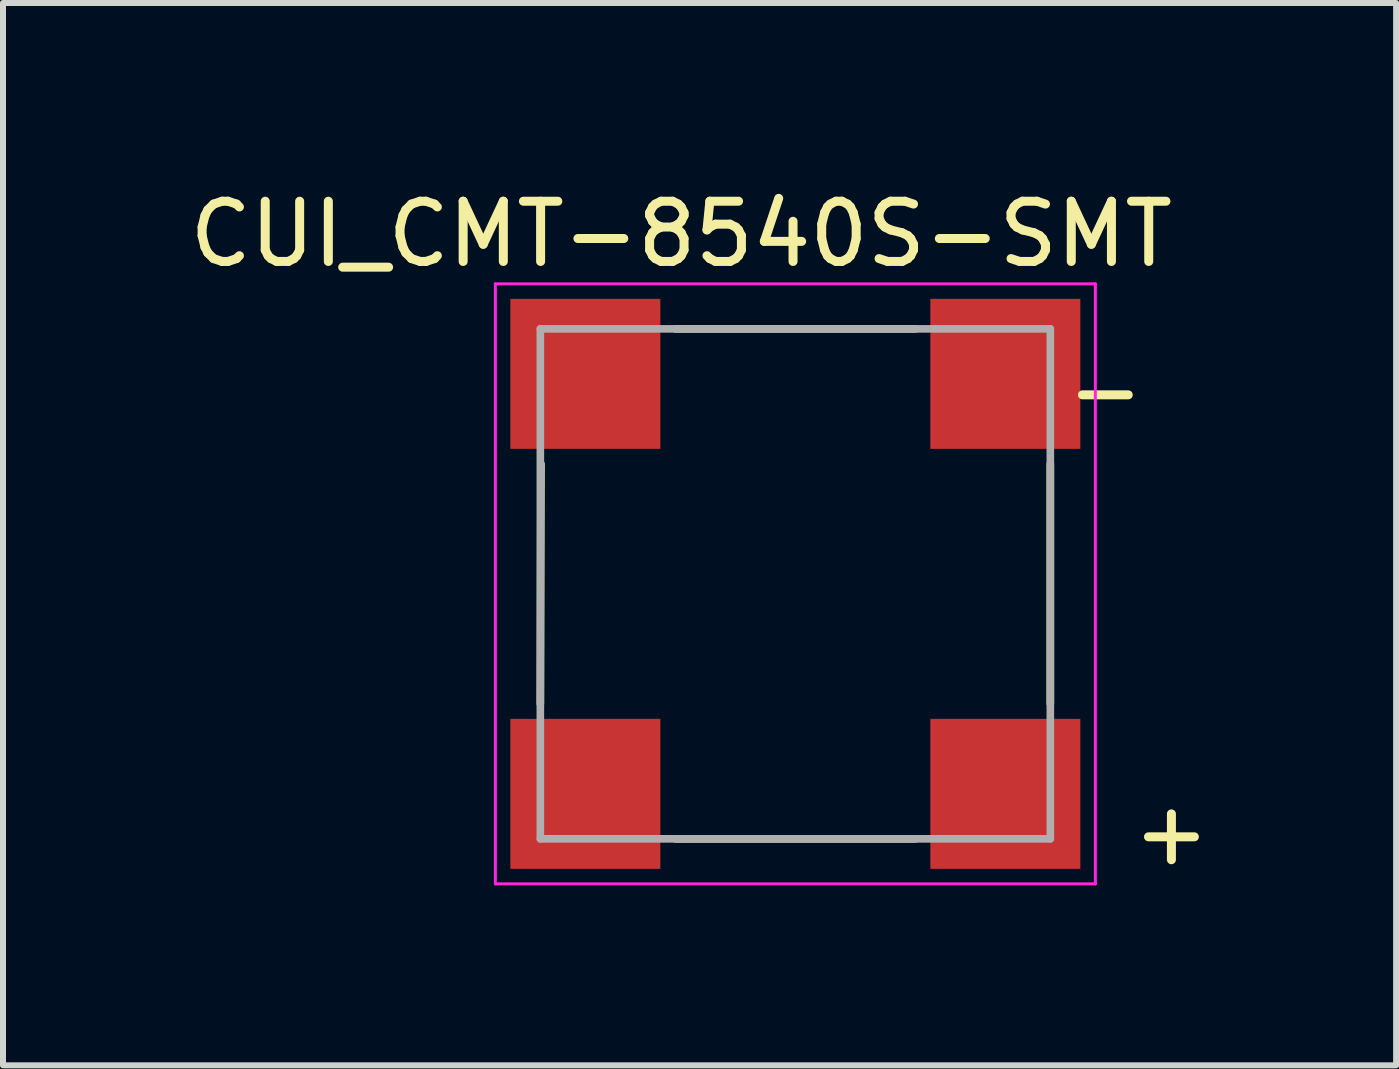
<source format=kicad_pcb>
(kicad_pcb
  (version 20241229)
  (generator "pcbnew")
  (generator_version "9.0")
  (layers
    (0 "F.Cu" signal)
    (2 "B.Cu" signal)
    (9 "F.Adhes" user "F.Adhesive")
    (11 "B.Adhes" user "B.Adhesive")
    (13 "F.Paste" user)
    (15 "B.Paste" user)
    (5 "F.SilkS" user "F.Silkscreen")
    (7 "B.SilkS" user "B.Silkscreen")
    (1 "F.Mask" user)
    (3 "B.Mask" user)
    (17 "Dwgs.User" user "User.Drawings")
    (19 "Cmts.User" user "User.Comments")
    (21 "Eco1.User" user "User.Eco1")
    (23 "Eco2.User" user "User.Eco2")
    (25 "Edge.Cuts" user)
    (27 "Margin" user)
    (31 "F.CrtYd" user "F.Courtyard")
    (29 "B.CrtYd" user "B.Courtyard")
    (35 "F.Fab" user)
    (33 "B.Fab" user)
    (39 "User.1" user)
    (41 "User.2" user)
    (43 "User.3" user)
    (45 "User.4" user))
  (footprint "CUI_CMT-8540S-SMT"
    (layer "F.Cu")
    (at 10.206 6.681)
    (property "Reference" "CUI_CMT-8540S-SMT" (at -1.903 -5.83 0) (layer "F.SilkS") (effects (font (size 1.004 1.004) (thickness 0.15))))
    (attr smd)
    (fp_line (start -4.24 -2) (end -4.25 2) (stroke (width 0.127) (type solid)) (layer "F.SilkS"))
    (fp_line (start -2 -4.25) (end 2 -4.25) (stroke (width 0.127) (type solid)) (layer "F.SilkS"))
    (fp_line (start 2 4.25) (end -2 4.25) (stroke (width 0.127) (type solid)) (layer "F.SilkS"))
    (fp_line (start 4.25 -2) (end 4.25 2) (stroke (width 0.127) (type solid)) (layer "F.SilkS"))
    (fp_line (start -5 -5) (end -5 5) (stroke (width 0.05) (type solid)) (layer "F.CrtYd"))
    (fp_line (start 5 -5) (end -5 -5) (stroke (width 0.05) (type solid)) (layer "F.CrtYd"))
    (fp_line (start 5 -5) (end 5 5) (stroke (width 0.05) (type solid)) (layer "F.CrtYd"))
    (fp_line (start 5 5) (end -5 5) (stroke (width 0.05) (type solid)) (layer "F.CrtYd"))
    (fp_line (start -4.25 -4.25) (end 4.25 -4.25) (stroke (width 0.127) (type solid)) (layer "F.Fab"))
    (fp_line (start -4.25 4.25) (end -4.25 -4.25) (stroke (width 0.127) (type solid)) (layer "F.Fab"))
    (fp_line (start 4.25 -4.25) (end 4.25 4.25) (stroke (width 0.127) (type solid)) (layer "F.Fab"))
    (fp_line (start 4.25 4.25) (end -4.25 4.25) (stroke (width 0.127) (type solid)) (layer "F.Fab"))
    (fp_text user "+" (at 6.268 4.142 0) (layer "F.SilkS") (effects (font (size 1.003 1.003) (thickness 0.15))))
    (fp_text user "-" (at 5.167 -3.224 0) (layer "F.SilkS") (effects (font (size 1.001 1.001) (thickness 0.15))))
    (pad "1" smd rect (at -3.5 -3.5) (size 2.5 2.5) (layers "F.Cu" "F.Mask" "F.Paste"))
    (pad "2" smd rect (at -3.5 3.5) (size 2.5 2.5) (layers "F.Cu" "F.Mask" "F.Paste"))
    (pad "N" smd rect (at 3.5 -3.5) (size 2.5 2.5) (layers "F.Cu" "F.Mask" "F.Paste"))
    (pad "P" smd rect (at 3.5 3.5) (size 2.5 2.5) (layers "F.Cu" "F.Mask" "F.Paste")))
  (gr_rect
    (start -3 -3)
    (end 20.219 14.706)
    (stroke (width 0.1) (type default))
    (fill no)
    (layer "Edge.Cuts")))
</source>
